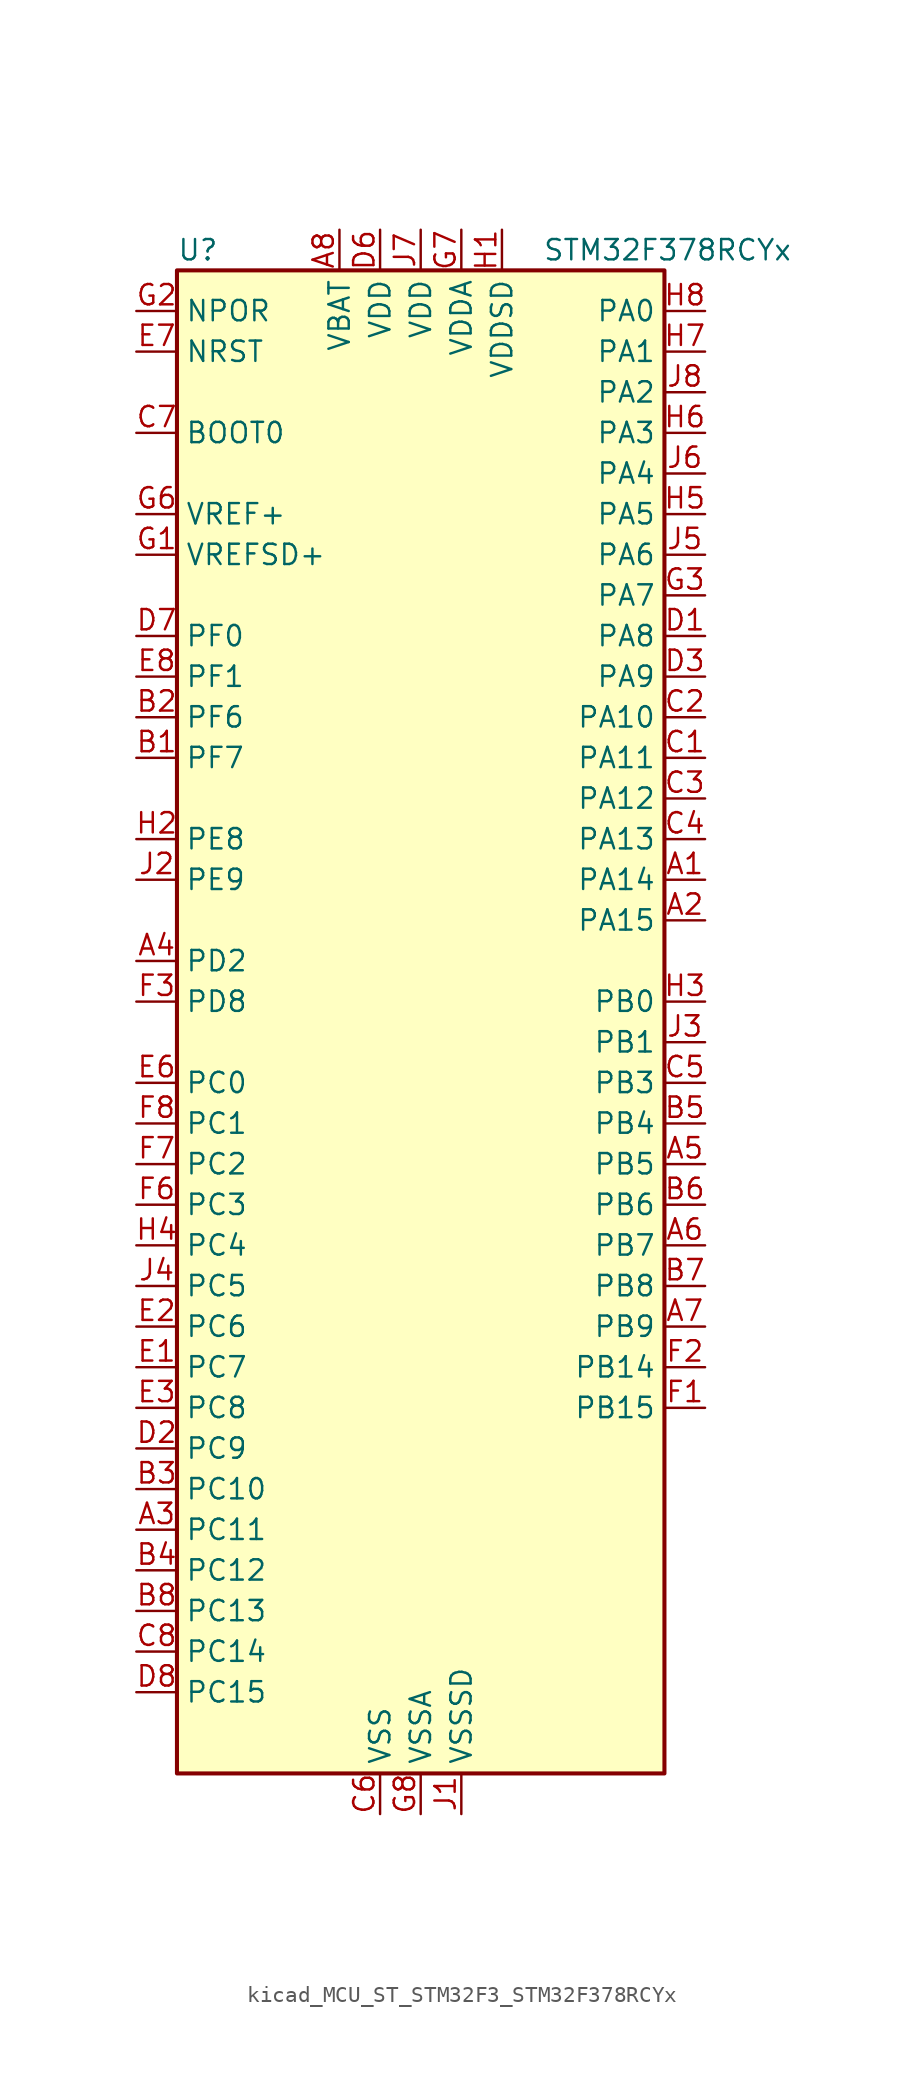
<source format=kicad_sym>
(kicad_symbol_lib
  (version 20220914)
  (generator kicad_symbol_editor)
  (symbol "kicad_MCU_ST_STM32F3_STM32F378RCYx"
    (property "Reference" "U"
      (at -15.24 49.53 0)
      (effects (font (size 1.27 1.27)) (justify left)))
    (property "Value" "STM32F378RCYx"
      (at 7.62 49.53 0)
      (effects (font (size 1.27 1.27)) (justify left)))
    (property "ki_locked" ""
      (at 0 0 0)
      (effects (font (size 1.27 1.27))))
    (symbol "kicad_MCU_ST_STM32F3_STM32F378RCYx_0_1"
      (rectangle (start -15.24 -45.72) (end 15.24 48.26) (stroke (width 0.254) (type default)) (fill (type background))))
    (symbol "kicad_MCU_ST_STM32F3_STM32F378RCYx_1_1"
      (pin bidirectional line (at 17.78 10.16 180) (length 2.54) (name "PA14" (effects (font (size 1.27 1.27)))) (number "A1" (effects (font (size 1.27 1.27)))) (alternate "I2C1_SDA" bidirectional line) (alternate "SYS_JTCK-SWCLK" bidirectional line) (alternate "TIM12_CH1" bidirectional line) (alternate "TSC_G4_IO4" bidirectional line))
      (pin bidirectional line (at 17.78 7.62 180) (length 2.54) (name "PA15" (effects (font (size 1.27 1.27)))) (number "A2" (effects (font (size 1.27 1.27)))) (alternate "ADC1_EXTI15" bidirectional line) (alternate "I2C1_SCL" bidirectional line) (alternate "I2S1_WS" bidirectional line) (alternate "I2S3_WS" bidirectional line) (alternate "SDADC1_EXTI15" bidirectional line) (alternate "SDADC2_EXTI15" bidirectional line) (alternate "SDADC3_EXTI15" bidirectional line) (alternate "SPI1_NSS" bidirectional line) (alternate "SPI3_NSS" bidirectional line) (alternate "SYS_JTDI" bidirectional line) (alternate "TIM12_CH2" bidirectional line) (alternate "TIM2_CH1" bidirectional line) (alternate "TIM2_ETR" bidirectional line) (alternate "TSC_SYNC" bidirectional line))
      (pin bidirectional line (at -17.78 -30.48 0) (length 2.54) (name "PC11" (effects (font (size 1.27 1.27)))) (number "A3" (effects (font (size 1.27 1.27)))) (alternate "ADC1_EXTI11" bidirectional line) (alternate "I2S3_MCK" bidirectional line) (alternate "SDADC1_EXTI11" bidirectional line) (alternate "SDADC2_EXTI11" bidirectional line) (alternate "SDADC3_EXTI11" bidirectional line) (alternate "SPI3_MISO" bidirectional line) (alternate "TIM19_CH2" bidirectional line) (alternate "USART3_RX" bidirectional line))
      (pin bidirectional line (at -17.78 5.08 0) (length 2.54) (name "PD2" (effects (font (size 1.27 1.27)))) (number "A4" (effects (font (size 1.27 1.27)))) (alternate "TIM3_ETR" bidirectional line))
      (pin bidirectional line (at 17.78 -7.62 180) (length 2.54) (name "PB5" (effects (font (size 1.27 1.27)))) (number "A5" (effects (font (size 1.27 1.27)))) (alternate "I2C1_SMBA" bidirectional line) (alternate "I2S1_SD" bidirectional line) (alternate "I2S3_SD" bidirectional line) (alternate "SPI1_MOSI" bidirectional line) (alternate "SPI3_MOSI" bidirectional line) (alternate "TIM16_BKIN" bidirectional line) (alternate "TIM17_CH1" bidirectional line) (alternate "TIM19_ETR" bidirectional line) (alternate "TIM3_CH2" bidirectional line) (alternate "USART2_CK" bidirectional line))
      (pin bidirectional line (at 17.78 -12.7 180) (length 2.54) (name "PB7" (effects (font (size 1.27 1.27)))) (number "A6" (effects (font (size 1.27 1.27)))) (alternate "I2C1_SDA" bidirectional line) (alternate "TIM15_CH2" bidirectional line) (alternate "TIM17_CH1N" bidirectional line) (alternate "TIM19_CH2" bidirectional line) (alternate "TIM3_CH4" bidirectional line) (alternate "TIM4_CH2" bidirectional line) (alternate "TSC_G5_IO4" bidirectional line) (alternate "USART1_RX" bidirectional line))
      (pin bidirectional line (at 17.78 -17.78 180) (length 2.54) (name "PB9" (effects (font (size 1.27 1.27)))) (number "A7" (effects (font (size 1.27 1.27)))) (alternate "CAN_TX" bidirectional line) (alternate "COMP2_OUT" bidirectional line) (alternate "DAC1_EXTI9" bidirectional line) (alternate "DAC2_EXTI9" bidirectional line) (alternate "I2C1_SDA" bidirectional line) (alternate "I2S2_WS" bidirectional line) (alternate "IR_OUT" bidirectional line) (alternate "SPI2_NSS" bidirectional line) (alternate "TIM17_CH1" bidirectional line) (alternate "TIM19_CH4" bidirectional line) (alternate "TIM4_CH4" bidirectional line) (alternate "USART3_RX" bidirectional line))
      (pin power_in line (at -5.08 50.8 270) (length 2.54) (name "VBAT" (effects (font (size 1.27 1.27)))) (number "A8" (effects (font (size 1.27 1.27)))))
      (pin bidirectional line (at -17.78 17.78 0) (length 2.54) (name "PF7" (effects (font (size 1.27 1.27)))) (number "B1" (effects (font (size 1.27 1.27)))) (alternate "I2C2_SDA" bidirectional line) (alternate "USART2_CK" bidirectional line))
      (pin bidirectional line (at -17.78 20.32 0) (length 2.54) (name "PF6" (effects (font (size 1.27 1.27)))) (number "B2" (effects (font (size 1.27 1.27)))) (alternate "I2C2_SCL" bidirectional line) (alternate "I2S1_SD" bidirectional line) (alternate "SPI1_MOSI" bidirectional line) (alternate "TIM4_CH4" bidirectional line) (alternate "USART3_DE" bidirectional line) (alternate "USART3_RTS" bidirectional line))
      (pin bidirectional line (at -17.78 -27.94 0) (length 2.54) (name "PC10" (effects (font (size 1.27 1.27)))) (number "B3" (effects (font (size 1.27 1.27)))) (alternate "I2S3_CK" bidirectional line) (alternate "SPI3_SCK" bidirectional line) (alternate "TIM19_CH1" bidirectional line) (alternate "USART3_TX" bidirectional line))
      (pin bidirectional line (at -17.78 -33.02 0) (length 2.54) (name "PC12" (effects (font (size 1.27 1.27)))) (number "B4" (effects (font (size 1.27 1.27)))) (alternate "I2S3_SD" bidirectional line) (alternate "SPI3_MOSI" bidirectional line) (alternate "TIM19_CH3" bidirectional line) (alternate "USART3_CK" bidirectional line))
      (pin bidirectional line (at 17.78 -5.08 180) (length 2.54) (name "PB4" (effects (font (size 1.27 1.27)))) (number "B5" (effects (font (size 1.27 1.27)))) (alternate "I2S1_MCK" bidirectional line) (alternate "I2S3_MCK" bidirectional line) (alternate "SPI1_MISO" bidirectional line) (alternate "SPI3_MISO" bidirectional line) (alternate "SYS_NJTRST" bidirectional line) (alternate "TIM15_CH1N" bidirectional line) (alternate "TIM16_CH1" bidirectional line) (alternate "TIM17_BKIN" bidirectional line) (alternate "TIM3_CH1" bidirectional line) (alternate "TSC_G5_IO2" bidirectional line) (alternate "USART2_RX" bidirectional line))
      (pin bidirectional line (at 17.78 -10.16 180) (length 2.54) (name "PB6" (effects (font (size 1.27 1.27)))) (number "B6" (effects (font (size 1.27 1.27)))) (alternate "I2C1_SCL" bidirectional line) (alternate "TIM15_CH1" bidirectional line) (alternate "TIM16_CH1N" bidirectional line) (alternate "TIM19_CH1" bidirectional line) (alternate "TIM3_CH3" bidirectional line) (alternate "TIM4_CH1" bidirectional line) (alternate "TSC_G5_IO3" bidirectional line) (alternate "USART1_TX" bidirectional line))
      (pin bidirectional line (at 17.78 -15.24 180) (length 2.54) (name "PB8" (effects (font (size 1.27 1.27)))) (number "B7" (effects (font (size 1.27 1.27)))) (alternate "CAN_RX" bidirectional line) (alternate "CEC" bidirectional line) (alternate "COMP1_OUT" bidirectional line) (alternate "I2C1_SCL" bidirectional line) (alternate "I2S2_CK" bidirectional line) (alternate "SPI2_SCK" bidirectional line) (alternate "TIM16_CH1" bidirectional line) (alternate "TIM19_CH3" bidirectional line) (alternate "TIM4_CH3" bidirectional line) (alternate "TSC_SYNC" bidirectional line) (alternate "USART3_TX" bidirectional line))
      (pin bidirectional line (at -17.78 -35.56 0) (length 2.54) (name "PC13" (effects (font (size 1.27 1.27)))) (number "B8" (effects (font (size 1.27 1.27)))) (alternate "RTC_OUT_ALARM" bidirectional line) (alternate "RTC_OUT_CALIB" bidirectional line) (alternate "RTC_TAMP1" bidirectional line) (alternate "RTC_TS" bidirectional line) (alternate "SYS_WKUP2" bidirectional line))
      (pin bidirectional line (at 17.78 17.78 180) (length 2.54) (name "PA11" (effects (font (size 1.27 1.27)))) (number "C1" (effects (font (size 1.27 1.27)))) (alternate "ADC1_EXTI11" bidirectional line) (alternate "CAN_RX" bidirectional line) (alternate "COMP1_OUT" bidirectional line) (alternate "I2S1_WS" bidirectional line) (alternate "I2S2_WS" bidirectional line) (alternate "SDADC1_EXTI11" bidirectional line) (alternate "SDADC2_EXTI11" bidirectional line) (alternate "SDADC3_EXTI11" bidirectional line) (alternate "SPI1_NSS" bidirectional line) (alternate "SPI2_NSS" bidirectional line) (alternate "TIM4_CH1" bidirectional line) (alternate "TIM5_CH2" bidirectional line) (alternate "USART1_CTS" bidirectional line))
      (pin bidirectional line (at 17.78 20.32 180) (length 2.54) (name "PA10" (effects (font (size 1.27 1.27)))) (number "C2" (effects (font (size 1.27 1.27)))) (alternate "I2C2_SDA" bidirectional line) (alternate "I2S2_SD" bidirectional line) (alternate "SPI2_MOSI" bidirectional line) (alternate "TIM14_CH1" bidirectional line) (alternate "TIM17_BKIN" bidirectional line) (alternate "TIM2_CH4" bidirectional line) (alternate "TSC_G4_IO2" bidirectional line) (alternate "USART1_RX" bidirectional line))
      (pin bidirectional line (at 17.78 15.24 180) (length 2.54) (name "PA12" (effects (font (size 1.27 1.27)))) (number "C3" (effects (font (size 1.27 1.27)))) (alternate "CAN_TX" bidirectional line) (alternate "COMP2_OUT" bidirectional line) (alternate "I2S1_CK" bidirectional line) (alternate "SPI1_SCK" bidirectional line) (alternate "TIM16_CH1" bidirectional line) (alternate "TIM4_CH2" bidirectional line) (alternate "TIM5_CH3" bidirectional line) (alternate "USART1_DE" bidirectional line) (alternate "USART1_RTS" bidirectional line))
      (pin bidirectional line (at 17.78 12.7 180) (length 2.54) (name "PA13" (effects (font (size 1.27 1.27)))) (number "C4" (effects (font (size 1.27 1.27)))) (alternate "I2S1_MCK" bidirectional line) (alternate "IR_OUT" bidirectional line) (alternate "SPI1_MISO" bidirectional line) (alternate "SYS_JTMS-SWDIO" bidirectional line) (alternate "TIM16_CH1N" bidirectional line) (alternate "TIM4_CH3" bidirectional line) (alternate "TIM5_CH4" bidirectional line) (alternate "TSC_G4_IO3" bidirectional line) (alternate "USART3_CTS" bidirectional line))
      (pin bidirectional line (at 17.78 -2.54 180) (length 2.54) (name "PB3" (effects (font (size 1.27 1.27)))) (number "C5" (effects (font (size 1.27 1.27)))) (alternate "I2S1_CK" bidirectional line) (alternate "I2S3_CK" bidirectional line) (alternate "SPI1_SCK" bidirectional line) (alternate "SPI3_SCK" bidirectional line) (alternate "SYS_JTDO-TRACESWO" bidirectional line) (alternate "TIM13_CH1" bidirectional line) (alternate "TIM2_CH2" bidirectional line) (alternate "TIM3_ETR" bidirectional line) (alternate "TIM4_ETR" bidirectional line) (alternate "TSC_G5_IO1" bidirectional line) (alternate "USART2_TX" bidirectional line))
      (pin power_in line (at -2.54 -48.26 90) (length 2.54) (name "VSS" (effects (font (size 1.27 1.27)))) (number "C6" (effects (font (size 1.27 1.27)))))
      (pin input line (at -17.78 38.1 0) (length 2.54) (name "BOOT0" (effects (font (size 1.27 1.27)))) (number "C7" (effects (font (size 1.27 1.27)))))
      (pin bidirectional line (at -17.78 -38.1 0) (length 2.54) (name "PC14" (effects (font (size 1.27 1.27)))) (number "C8" (effects (font (size 1.27 1.27)))) (alternate "RCC_OSC32_IN" bidirectional line))
      (pin bidirectional line (at 17.78 25.4 180) (length 2.54) (name "PA8" (effects (font (size 1.27 1.27)))) (number "D1" (effects (font (size 1.27 1.27)))) (alternate "I2C2_SMBA" bidirectional line) (alternate "I2S2_CK" bidirectional line) (alternate "RCC_MCO" bidirectional line) (alternate "SPI2_SCK" bidirectional line) (alternate "TIM4_ETR" bidirectional line) (alternate "TIM5_CH1" bidirectional line) (alternate "TIM5_ETR" bidirectional line) (alternate "USART1_CK" bidirectional line))
      (pin bidirectional line (at -17.78 -25.4 0) (length 2.54) (name "PC9" (effects (font (size 1.27 1.27)))) (number "D2" (effects (font (size 1.27 1.27)))) (alternate "DAC1_EXTI9" bidirectional line) (alternate "DAC2_EXTI9" bidirectional line) (alternate "I2S1_SD" bidirectional line) (alternate "SPI1_MOSI" bidirectional line) (alternate "TIM3_CH4" bidirectional line))
      (pin bidirectional line (at 17.78 22.86 180) (length 2.54) (name "PA9" (effects (font (size 1.27 1.27)))) (number "D3" (effects (font (size 1.27 1.27)))) (alternate "DAC1_EXTI9" bidirectional line) (alternate "DAC2_EXTI9" bidirectional line) (alternate "I2C2_SCL" bidirectional line) (alternate "I2S2_MCK" bidirectional line) (alternate "SPI2_MISO" bidirectional line) (alternate "TIM13_CH1" bidirectional line) (alternate "TIM15_BKIN" bidirectional line) (alternate "TIM2_CH3" bidirectional line) (alternate "TSC_G4_IO1" bidirectional line) (alternate "USART1_TX" bidirectional line))
      (pin power_in line (at -2.54 50.8 270) (length 2.54) (name "VDD" (effects (font (size 1.27 1.27)))) (number "D6" (effects (font (size 1.27 1.27)))))
      (pin bidirectional line (at -17.78 25.4 0) (length 2.54) (name "PF0" (effects (font (size 1.27 1.27)))) (number "D7" (effects (font (size 1.27 1.27)))) (alternate "I2C2_SDA" bidirectional line) (alternate "RCC_OSC_IN" bidirectional line))
      (pin bidirectional line (at -17.78 -40.64 0) (length 2.54) (name "PC15" (effects (font (size 1.27 1.27)))) (number "D8" (effects (font (size 1.27 1.27)))) (alternate "ADC1_EXTI15" bidirectional line) (alternate "RCC_OSC32_OUT" bidirectional line) (alternate "SDADC1_EXTI15" bidirectional line) (alternate "SDADC2_EXTI15" bidirectional line) (alternate "SDADC3_EXTI15" bidirectional line))
      (pin bidirectional line (at -17.78 -20.32 0) (length 2.54) (name "PC7" (effects (font (size 1.27 1.27)))) (number "E1" (effects (font (size 1.27 1.27)))) (alternate "I2S1_CK" bidirectional line) (alternate "SPI1_SCK" bidirectional line) (alternate "TIM3_CH2" bidirectional line))
      (pin bidirectional line (at -17.78 -17.78 0) (length 2.54) (name "PC6" (effects (font (size 1.27 1.27)))) (number "E2" (effects (font (size 1.27 1.27)))) (alternate "I2S1_WS" bidirectional line) (alternate "SPI1_NSS" bidirectional line) (alternate "TIM3_CH1" bidirectional line))
      (pin bidirectional line (at -17.78 -22.86 0) (length 2.54) (name "PC8" (effects (font (size 1.27 1.27)))) (number "E3" (effects (font (size 1.27 1.27)))) (alternate "I2S1_MCK" bidirectional line) (alternate "SPI1_MISO" bidirectional line) (alternate "TIM3_CH3" bidirectional line))
      (pin bidirectional line (at -17.78 -2.54 0) (length 2.54) (name "PC0" (effects (font (size 1.27 1.27)))) (number "E6" (effects (font (size 1.27 1.27)))) (alternate "ADC1_IN10" bidirectional line) (alternate "TIM5_CH1" bidirectional line) (alternate "TIM5_ETR" bidirectional line))
      (pin input line (at -17.78 43.18 0) (length 2.54) (name "NRST" (effects (font (size 1.27 1.27)))) (number "E7" (effects (font (size 1.27 1.27)))))
      (pin bidirectional line (at -17.78 22.86 0) (length 2.54) (name "PF1" (effects (font (size 1.27 1.27)))) (number "E8" (effects (font (size 1.27 1.27)))) (alternate "I2C2_SCL" bidirectional line) (alternate "RCC_OSC_OUT" bidirectional line))
      (pin bidirectional line (at 17.78 -22.86 180) (length 2.54) (name "PB15" (effects (font (size 1.27 1.27)))) (number "F1" (effects (font (size 1.27 1.27)))) (alternate "ADC1_EXTI15" bidirectional line) (alternate "I2S2_SD" bidirectional line) (alternate "RTC_REFIN" bidirectional line) (alternate "SDADC1_EXTI15" bidirectional line) (alternate "SDADC2_EXTI15" bidirectional line) (alternate "SDADC3_AIN7P" bidirectional line) (alternate "SDADC3_AIN8M" bidirectional line) (alternate "SDADC3_EXTI15" bidirectional line) (alternate "SPI2_MOSI" bidirectional line) (alternate "TIM12_CH2" bidirectional line) (alternate "TIM15_CH1N" bidirectional line) (alternate "TIM15_CH2" bidirectional line) (alternate "TSC_G6_IO2" bidirectional line))
      (pin bidirectional line (at 17.78 -20.32 180) (length 2.54) (name "PB14" (effects (font (size 1.27 1.27)))) (number "F2" (effects (font (size 1.27 1.27)))) (alternate "I2S2_MCK" bidirectional line) (alternate "SDADC3_AIN8P" bidirectional line) (alternate "SPI2_MISO" bidirectional line) (alternate "TIM12_CH1" bidirectional line) (alternate "TIM15_CH1" bidirectional line) (alternate "TSC_G6_IO1" bidirectional line) (alternate "USART3_DE" bidirectional line) (alternate "USART3_RTS" bidirectional line))
      (pin bidirectional line (at -17.78 2.54 0) (length 2.54) (name "PD8" (effects (font (size 1.27 1.27)))) (number "F3" (effects (font (size 1.27 1.27)))) (alternate "I2S2_CK" bidirectional line) (alternate "SDADC3_AIN6P" bidirectional line) (alternate "SPI2_SCK" bidirectional line) (alternate "TSC_G6_IO3" bidirectional line) (alternate "USART3_TX" bidirectional line))
      (pin bidirectional line (at -17.78 -10.16 0) (length 2.54) (name "PC3" (effects (font (size 1.27 1.27)))) (number "F6" (effects (font (size 1.27 1.27)))) (alternate "ADC1_IN13" bidirectional line) (alternate "I2S2_SD" bidirectional line) (alternate "SPI2_MOSI" bidirectional line) (alternate "TIM5_CH4" bidirectional line))
      (pin bidirectional line (at -17.78 -7.62 0) (length 2.54) (name "PC2" (effects (font (size 1.27 1.27)))) (number "F7" (effects (font (size 1.27 1.27)))) (alternate "ADC1_IN12" bidirectional line) (alternate "I2S2_MCK" bidirectional line) (alternate "SPI2_MISO" bidirectional line) (alternate "TIM5_CH3" bidirectional line))
      (pin bidirectional line (at -17.78 -5.08 0) (length 2.54) (name "PC1" (effects (font (size 1.27 1.27)))) (number "F8" (effects (font (size 1.27 1.27)))) (alternate "ADC1_IN11" bidirectional line) (alternate "TIM5_CH2" bidirectional line))
      (pin input line (at -17.78 30.48 0) (length 2.54) (name "VREFSD+" (effects (font (size 1.27 1.27)))) (number "G1" (effects (font (size 1.27 1.27)))))
      (pin input line (at -17.78 45.72 0) (length 2.54) (name "NPOR" (effects (font (size 1.27 1.27)))) (number "G2" (effects (font (size 1.27 1.27)))))
      (pin bidirectional line (at 17.78 27.94 180) (length 2.54) (name "PA7" (effects (font (size 1.27 1.27)))) (number "G3" (effects (font (size 1.27 1.27)))) (alternate "ADC1_IN7" bidirectional line) (alternate "COMP2_OUT" bidirectional line) (alternate "I2S1_SD" bidirectional line) (alternate "SPI1_MOSI" bidirectional line) (alternate "TIM14_CH1" bidirectional line) (alternate "TIM17_CH1" bidirectional line) (alternate "TIM3_CH2" bidirectional line) (alternate "TSC_G2_IO4" bidirectional line))
      (pin passive line (at -2.54 -48.26 90) (length 2.54) hide (name "VSS" (effects (font (size 1.27 1.27)))) (number "G4" (effects (font (size 1.27 1.27)))))
      (pin passive line (at -2.54 -48.26 90) (length 2.54) hide (name "VSS" (effects (font (size 1.27 1.27)))) (number "G5" (effects (font (size 1.27 1.27)))))
      (pin input line (at -17.78 33.02 0) (length 2.54) (name "VREF+" (effects (font (size 1.27 1.27)))) (number "G6" (effects (font (size 1.27 1.27)))))
      (pin power_in line (at 2.54 50.8 270) (length 2.54) (name "VDDA" (effects (font (size 1.27 1.27)))) (number "G7" (effects (font (size 1.27 1.27)))))
      (pin power_in line (at 0 -48.26 90) (length 2.54) (name "VSSA" (effects (font (size 1.27 1.27)))) (number "G8" (effects (font (size 1.27 1.27)))))
      (pin power_in line (at 5.08 50.8 270) (length 2.54) (name "VDDSD" (effects (font (size 1.27 1.27)))) (number "H1" (effects (font (size 1.27 1.27)))))
      (pin bidirectional line (at -17.78 12.7 0) (length 2.54) (name "PE8" (effects (font (size 1.27 1.27)))) (number "H2" (effects (font (size 1.27 1.27)))) (alternate "SDADC1_AIN8P" bidirectional line) (alternate "SDADC2_AIN8P" bidirectional line))
      (pin bidirectional line (at 17.78 2.54 180) (length 2.54) (name "PB0" (effects (font (size 1.27 1.27)))) (number "H3" (effects (font (size 1.27 1.27)))) (alternate "ADC1_IN8" bidirectional line) (alternate "I2S1_SD" bidirectional line) (alternate "SDADC1_AIN6P" bidirectional line) (alternate "SPI1_MOSI" bidirectional line) (alternate "TIM3_CH2" bidirectional line) (alternate "TIM3_CH3" bidirectional line) (alternate "TSC_G3_IO3" bidirectional line))
      (pin bidirectional line (at -17.78 -12.7 0) (length 2.54) (name "PC4" (effects (font (size 1.27 1.27)))) (number "H4" (effects (font (size 1.27 1.27)))) (alternate "ADC1_IN14" bidirectional line) (alternate "TIM13_CH1" bidirectional line) (alternate "TSC_G3_IO1" bidirectional line) (alternate "USART1_TX" bidirectional line))
      (pin bidirectional line (at 17.78 33.02 180) (length 2.54) (name "PA5" (effects (font (size 1.27 1.27)))) (number "H5" (effects (font (size 1.27 1.27)))) (alternate "ADC1_IN5" bidirectional line) (alternate "CEC" bidirectional line) (alternate "DAC1_OUT2" bidirectional line) (alternate "I2S1_CK" bidirectional line) (alternate "SPI1_SCK" bidirectional line) (alternate "TIM12_CH2" bidirectional line) (alternate "TIM14_CH1" bidirectional line) (alternate "TIM2_CH1" bidirectional line) (alternate "TIM2_ETR" bidirectional line) (alternate "TSC_G2_IO2" bidirectional line))
      (pin bidirectional line (at 17.78 38.1 180) (length 2.54) (name "PA3" (effects (font (size 1.27 1.27)))) (number "H6" (effects (font (size 1.27 1.27)))) (alternate "ADC1_IN3" bidirectional line) (alternate "COMP2_INP" bidirectional line) (alternate "I2S3_SD" bidirectional line) (alternate "SPI3_MOSI" bidirectional line) (alternate "TIM15_CH2" bidirectional line) (alternate "TIM19_CH4" bidirectional line) (alternate "TIM2_CH4" bidirectional line) (alternate "TIM5_CH4" bidirectional line) (alternate "TSC_G1_IO4" bidirectional line) (alternate "USART2_RX" bidirectional line))
      (pin bidirectional line (at 17.78 43.18 180) (length 2.54) (name "PA1" (effects (font (size 1.27 1.27)))) (number "H7" (effects (font (size 1.27 1.27)))) (alternate "ADC1_IN1" bidirectional line) (alternate "COMP1_INP" bidirectional line) (alternate "I2S3_CK" bidirectional line) (alternate "RTC_REFIN" bidirectional line) (alternate "SPI3_SCK" bidirectional line) (alternate "TIM15_CH1N" bidirectional line) (alternate "TIM19_CH2" bidirectional line) (alternate "TIM2_CH2" bidirectional line) (alternate "TIM5_CH2" bidirectional line) (alternate "TSC_G1_IO2" bidirectional line) (alternate "USART2_DE" bidirectional line) (alternate "USART2_RTS" bidirectional line))
      (pin bidirectional line (at 17.78 45.72 180) (length 2.54) (name "PA0" (effects (font (size 1.27 1.27)))) (number "H8" (effects (font (size 1.27 1.27)))) (alternate "ADC1_IN0" bidirectional line) (alternate "COMP1_INM" bidirectional line) (alternate "COMP1_OUT" bidirectional line) (alternate "RTC_TAMP2" bidirectional line) (alternate "SYS_WKUP1" bidirectional line) (alternate "TIM19_CH1" bidirectional line) (alternate "TIM2_CH1" bidirectional line) (alternate "TIM2_ETR" bidirectional line) (alternate "TIM5_CH1" bidirectional line) (alternate "TIM5_ETR" bidirectional line) (alternate "TSC_G1_IO1" bidirectional line) (alternate "USART2_CTS" bidirectional line))
      (pin power_in line (at 2.54 -48.26 90) (length 2.54) (name "VSSSD" (effects (font (size 1.27 1.27)))) (number "J1" (effects (font (size 1.27 1.27)))))
      (pin bidirectional line (at -17.78 10.16 0) (length 2.54) (name "PE9" (effects (font (size 1.27 1.27)))) (number "J2" (effects (font (size 1.27 1.27)))) (alternate "DAC1_EXTI9" bidirectional line) (alternate "DAC2_EXTI9" bidirectional line) (alternate "SDADC1_AIN7P" bidirectional line) (alternate "SDADC1_AIN8M" bidirectional line) (alternate "SDADC2_AIN7P" bidirectional line) (alternate "SDADC2_AIN8M" bidirectional line))
      (pin bidirectional line (at 17.78 0 180) (length 2.54) (name "PB1" (effects (font (size 1.27 1.27)))) (number "J3" (effects (font (size 1.27 1.27)))) (alternate "ADC1_IN9" bidirectional line) (alternate "SDADC1_AIN5P" bidirectional line) (alternate "SDADC1_AIN6M" bidirectional line) (alternate "TIM3_CH4" bidirectional line) (alternate "TSC_G3_IO4" bidirectional line))
      (pin bidirectional line (at -17.78 -15.24 0) (length 2.54) (name "PC5" (effects (font (size 1.27 1.27)))) (number "J4" (effects (font (size 1.27 1.27)))) (alternate "ADC1_IN15" bidirectional line) (alternate "TSC_G3_IO2" bidirectional line) (alternate "USART1_RX" bidirectional line))
      (pin bidirectional line (at 17.78 30.48 180) (length 2.54) (name "PA6" (effects (font (size 1.27 1.27)))) (number "J5" (effects (font (size 1.27 1.27)))) (alternate "ADC1_IN6" bidirectional line) (alternate "COMP1_OUT" bidirectional line) (alternate "DAC2_OUT1" bidirectional line) (alternate "I2S1_MCK" bidirectional line) (alternate "SPI1_MISO" bidirectional line) (alternate "TIM13_CH1" bidirectional line) (alternate "TIM16_CH1" bidirectional line) (alternate "TIM3_CH1" bidirectional line) (alternate "TSC_G2_IO3" bidirectional line))
      (pin bidirectional line (at 17.78 35.56 180) (length 2.54) (name "PA4" (effects (font (size 1.27 1.27)))) (number "J6" (effects (font (size 1.27 1.27)))) (alternate "ADC1_IN4" bidirectional line) (alternate "DAC1_OUT1" bidirectional line) (alternate "I2S1_WS" bidirectional line) (alternate "I2S3_WS" bidirectional line) (alternate "SPI1_NSS" bidirectional line) (alternate "SPI3_NSS" bidirectional line) (alternate "TIM12_CH1" bidirectional line) (alternate "TIM3_CH2" bidirectional line) (alternate "TSC_G2_IO1" bidirectional line) (alternate "USART2_CK" bidirectional line))
      (pin power_in line (at 0 50.8 270) (length 2.54) (name "VDD" (effects (font (size 1.27 1.27)))) (number "J7" (effects (font (size 1.27 1.27)))))
      (pin bidirectional line (at 17.78 40.64 180) (length 2.54) (name "PA2" (effects (font (size 1.27 1.27)))) (number "J8" (effects (font (size 1.27 1.27)))) (alternate "ADC1_IN2" bidirectional line) (alternate "COMP2_INM" bidirectional line) (alternate "COMP2_OUT" bidirectional line) (alternate "I2S3_MCK" bidirectional line) (alternate "SPI3_MISO" bidirectional line) (alternate "TIM15_CH1" bidirectional line) (alternate "TIM19_CH3" bidirectional line) (alternate "TIM2_CH3" bidirectional line) (alternate "TIM5_CH3" bidirectional line) (alternate "TSC_G1_IO3" bidirectional line) (alternate "USART2_TX" bidirectional line)))))
</source>
